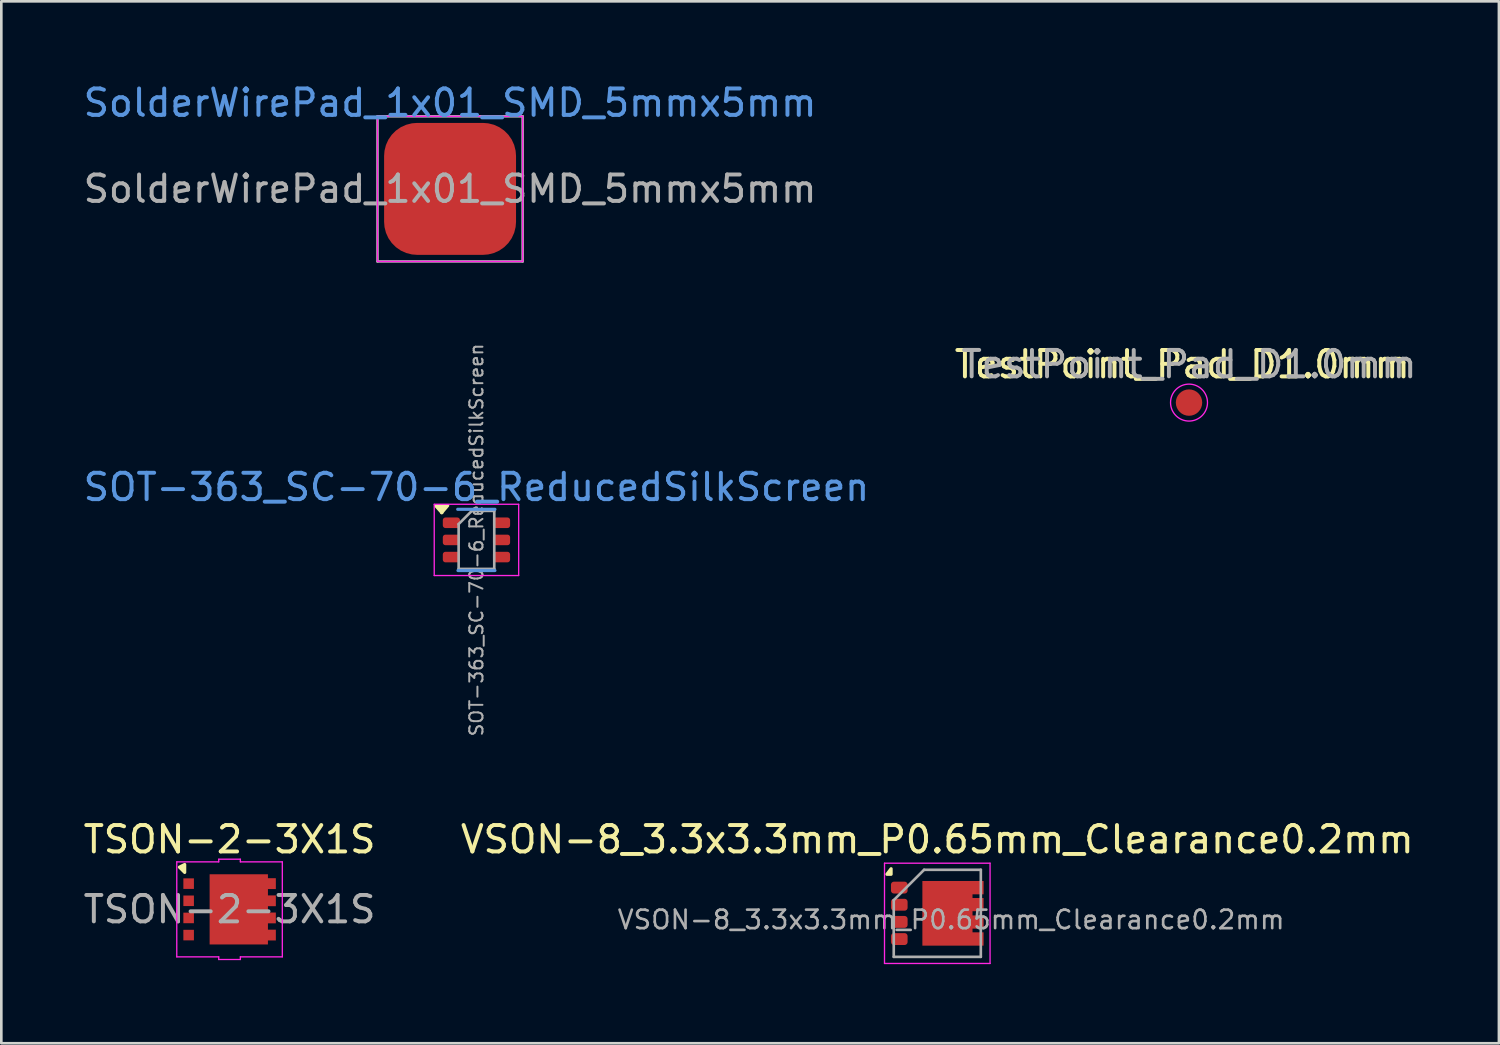
<source format=kicad_pcb>
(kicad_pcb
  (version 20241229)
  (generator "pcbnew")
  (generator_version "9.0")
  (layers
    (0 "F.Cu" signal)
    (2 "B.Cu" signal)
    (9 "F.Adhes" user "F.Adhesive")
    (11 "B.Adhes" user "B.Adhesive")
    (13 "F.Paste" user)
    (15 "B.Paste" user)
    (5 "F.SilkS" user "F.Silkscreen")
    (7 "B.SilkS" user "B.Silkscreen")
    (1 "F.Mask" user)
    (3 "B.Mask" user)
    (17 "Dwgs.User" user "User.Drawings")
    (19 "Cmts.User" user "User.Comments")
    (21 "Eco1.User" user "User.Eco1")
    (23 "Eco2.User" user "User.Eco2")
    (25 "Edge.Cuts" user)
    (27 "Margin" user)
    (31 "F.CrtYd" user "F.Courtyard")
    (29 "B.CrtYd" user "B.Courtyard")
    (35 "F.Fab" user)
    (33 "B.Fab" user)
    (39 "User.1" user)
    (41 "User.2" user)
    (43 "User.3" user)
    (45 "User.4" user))
  (footprint "TSON-2-3X1S"
    (layer "F.Cu")
    (at 5.649 31.412)
    (property "Reference" "TSON-2-3X1S" (at 0 -2.65 0) (layer "F.SilkS") (effects (font (size 1 1) (thickness 0.15))))
    (attr smd)
    (fp_poly (pts (xy -1.7 -1.4) (xy -1.9 -1.6) (xy -1.7 -1.7)) (stroke (width 0.12) (type solid)) (fill yes) (layer "F.SilkS"))
    (fp_line (start -2 -1.8) (end -2 1.8) (stroke (width 0.05) (type default)) (layer "F.CrtYd"))
    (fp_line (start -2 -1.8) (end -0.41 -1.8) (stroke (width 0.05) (type default)) (layer "F.CrtYd"))
    (fp_line (start -2 1.8) (end -0.41 1.8) (stroke (width 0.05) (type default)) (layer "F.CrtYd"))
    (fp_line (start -0.41 -1.9) (end -0.41 -1.8) (stroke (width 0.05) (type default)) (layer "F.CrtYd"))
    (fp_line (start -0.41 -1.9) (end 0.41 -1.9) (stroke (width 0.05) (type default)) (layer "F.CrtYd"))
    (fp_line (start -0.41 1.8) (end -0.41 1.9) (stroke (width 0.05) (type default)) (layer "F.CrtYd"))
    (fp_line (start -0.41 1.9) (end 0.41 1.9) (stroke (width 0.05) (type default)) (layer "F.CrtYd"))
    (fp_line (start 0.41 -1.9) (end 0.41 -1.8) (stroke (width 0.05) (type default)) (layer "F.CrtYd"))
    (fp_line (start 0.41 -1.8) (end 2 -1.8) (stroke (width 0.05) (type default)) (layer "F.CrtYd"))
    (fp_line (start 0.41 1.8) (end 0.41 1.9) (stroke (width 0.05) (type default)) (layer "F.CrtYd"))
    (fp_line (start 0.41 1.8) (end 2 1.8) (stroke (width 0.05) (type default)) (layer "F.CrtYd"))
    (fp_line (start 2 1.8) (end 2 -1.8) (stroke (width 0.05) (type default)) (layer "F.CrtYd"))
    (fp_text user "${REFERENCE}" (at 0 0 0) (layer "F.Fab") (effects (font (size 1 1) (thickness 0.15))))
    (pad "" smd rect (at -0.09 -0.62) (size 0.57 0.738) (layers "F.Paste"))
    (pad "" smd rect (at -0.09 0.6) (size 0.57 0.738) (layers "F.Paste"))
    (pad "" smd rect (at 0.86 -0.62) (size 0.57 0.738) (layers "F.Paste"))
    (pad "" smd rect (at 0.86 0.6) (size 0.57 0.738) (layers "F.Paste"))
    (pad "" smd rect (at 0.94 -0.01) (size 0.38 0.489) (layers "F.Paste"))
    (pad "" smd roundrect (at 1.44 -0.975) (size 0.63 0.4) (layers "F.Paste") (roundrect_rratio 0.25))
    (pad "" smd roundrect (at 1.44 -0.325) (size 0.63 0.4) (layers "F.Paste") (roundrect_rratio 0.25))
    (pad "" smd roundrect (at 1.44 0.325) (size 0.63 0.4) (layers "F.Paste") (roundrect_rratio 0.25))
    (pad "" smd roundrect (at 1.44 0.978) (size 0.63 0.4) (layers "F.Paste") (roundrect_rratio 0.25))
    (pad "1" smd rect (at -1.55 -0.975) (size 0.4 0.4) (layers "F.Cu" "F.Mask" "F.Paste"))
    (pad "2" smd rect (at -1.55 -0.325) (size 0.4 0.4) (layers "F.Cu" "F.Mask" "F.Paste"))
    (pad "3" smd rect (at -1.55 0.325) (size 0.4 0.4) (layers "F.Cu" "F.Mask" "F.Paste"))
    (pad "4" smd rect (at -1.55 0.975) (size 0.4 0.4) (layers "F.Cu" "F.Mask" "F.Paste"))
    (pad "5" smd custom (at 0.45 0.037) (size 0.9 0.875) (layers "F.Cu" "F.Mask") (options (anchor rect)) (primitives (gr_poly (pts (xy -1.2 -1.363) (xy 1 -1.363) (xy 1 -1.212) (xy 1.3 -1.212) (xy 1.3 -0.812) (xy 1 -0.812) (xy 1 -0.562) (xy 1.3 -0.562) (xy 1.3 -0.163) (xy 1 -0.163) (xy 1 0.087) (xy 1.3 0.087) (xy 1.3 0.487) (xy 1 0.487) (xy 1 0.738) (xy 1.3 0.738) (xy 1.3 1.137) (xy 1 1.137) (xy 1 1.288) (xy -1.2 1.288)) (width 0.01) (fill yes)))))
  (footprint "SOT-363_SC-70-6_ReducedSilkScreen"
    (layer "F.Cu")
    (at 15.006 17.411)
    (property "Reference" "SOT-363_SC-70-6_ReducedSilkScreen" (at 0 -2 0) (layer "Cmts.User") (effects (font (size 1 1) (thickness 0.15))))
    (attr smd)
    (fp_poly (pts (xy -1.31 -1.03) (xy -1.55 -1.3) (xy -1.09 -1.3) (xy -1.32 -1.03)) (stroke (width 0.12) (type solid)) (fill yes) (layer "F.SilkS"))
    (fp_line (start -0.71 -1.16) (end 0.7 -1.16) (stroke (width 0.12) (type solid)) (layer "Cmts.User"))
    (fp_line (start -0.7 1.16) (end 0.7 1.16) (stroke (width 0.12) (type solid)) (layer "Cmts.User"))
    (fp_line (start -1.6 -1.35) (end -1.6 1.35) (stroke (width 0.05) (type solid)) (layer "F.CrtYd"))
    (fp_line (start -1.6 -1.35) (end 1.6 -1.35) (stroke (width 0.05) (type solid)) (layer "F.CrtYd"))
    (fp_line (start -1.6 1.35) (end 1.6 1.35) (stroke (width 0.05) (type solid)) (layer "F.CrtYd"))
    (fp_line (start 1.6 1.35) (end 1.6 -1.35) (stroke (width 0.05) (type solid)) (layer "F.CrtYd"))
    (fp_line (start -0.675 -0.6) (end -0.675 1.1) (stroke (width 0.1) (type solid)) (layer "F.Fab"))
    (fp_line (start -0.175 -1.1) (end -0.675 -0.6) (stroke (width 0.1) (type solid)) (layer "F.Fab"))
    (fp_line (start 0.675 -1.1) (end -0.175 -1.1) (stroke (width 0.1) (type solid)) (layer "F.Fab"))
    (fp_line (start 0.675 -1.1) (end 0.675 1.1) (stroke (width 0.1) (type solid)) (layer "F.Fab"))
    (fp_line (start 0.675 1.1) (end -0.675 1.1) (stroke (width 0.1) (type solid)) (layer "F.Fab"))
    (fp_text user "${REFERENCE}" (at 0 0 270) (layer "F.Fab") (effects (font (size 0.5 0.5) (thickness 0.075))))
    (pad "1" smd roundrect (at -0.95 -0.65) (size 0.65 0.4) (layers "F.Cu" "F.Mask" "F.Paste") (roundrect_rratio 0.25))
    (pad "2" smd roundrect (at -0.95 0) (size 0.65 0.4) (layers "F.Cu" "F.Mask" "F.Paste") (roundrect_rratio 0.25))
    (pad "3" smd roundrect (at -0.95 0.65) (size 0.65 0.4) (layers "F.Cu" "F.Mask" "F.Paste") (roundrect_rratio 0.25))
    (pad "4" smd roundrect (at 0.95 0.65) (size 0.65 0.4) (layers "F.Cu" "F.Mask" "F.Paste") (roundrect_rratio 0.25))
    (pad "5" smd roundrect (at 0.95 0) (size 0.65 0.4) (layers "F.Cu" "F.Mask" "F.Paste") (roundrect_rratio 0.25))
    (pad "6" smd roundrect (at 0.95 -0.65) (size 0.65 0.4) (layers "F.Cu" "F.Mask" "F.Paste") (roundrect_rratio 0.25)))
  (footprint "VSON-8_3.3x3.3mm_P0.65mm_Clearance0.2mm"
    (layer "F.Cu")
    (at 32.47 31.562)
    (property "Reference" "VSON-8_3.3x3.3mm_P0.65mm_Clearance0.2mm" (at 0 -2.8 180) (layer "F.SilkS") (effects (font (size 1 1) (thickness 0.15))))
    (attr smd)
    (fp_poly (pts (xy -1.75 -1.48) (xy -1.91 -1.48) (xy -1.75 -1.69) (xy -1.75 -1.48)) (stroke (width 0.12) (type solid)) (fill yes) (layer "F.SilkS"))
    (fp_line (start -2 -1.9) (end -2 1.9) (stroke (width 0.05) (type solid)) (layer "F.CrtYd"))
    (fp_line (start -2 -1.9) (end 2 -1.9) (stroke (width 0.05) (type solid)) (layer "F.CrtYd"))
    (fp_line (start -2 1.9) (end 2 1.9) (stroke (width 0.05) (type solid)) (layer "F.CrtYd"))
    (fp_line (start 2 -1.9) (end 2 1.9) (stroke (width 0.05) (type solid)) (layer "F.CrtYd"))
    (fp_line (start -1.65 -0.5) (end -0.5 -1.65) (stroke (width 0.1) (type solid)) (layer "F.Fab"))
    (fp_line (start -1.65 1.65) (end -1.65 -0.5) (stroke (width 0.1) (type solid)) (layer "F.Fab"))
    (fp_line (start -0.5 -1.65) (end 1.65 -1.65) (stroke (width 0.1) (type solid)) (layer "F.Fab"))
    (fp_line (start 1.65 -1.65) (end 1.65 1.65) (stroke (width 0.1) (type solid)) (layer "F.Fab"))
    (fp_line (start 1.65 1.65) (end -1.65 1.65) (stroke (width 0.1) (type solid)) (layer "F.Fab"))
    (fp_text user "${REFERENCE}" (at 0.526 0.242 180) (layer "F.Fab") (effects (font (size 0.7 0.7) (thickness 0.1))))
    (pad "" smd rect (at -0.09 -0.61) (size 0.57 0.738) (layers "F.Paste"))
    (pad "" smd rect (at -0.09 0.61) (size 0.57 0.738) (layers "F.Paste"))
    (pad "" smd rect (at 0.86 -0.61) (size 0.57 0.738) (layers "F.Paste"))
    (pad "" smd rect (at 0.86 0.61) (size 0.57 0.738) (layers "F.Paste"))
    (pad "" smd roundrect (at 1.44 -0.973) (size 0.63 0.5) (layers "F.Paste") (roundrect_rratio 0.25))
    (pad "" smd roundrect (at 1.44 -0.33) (size 0.63 0.5) (layers "F.Paste") (roundrect_rratio 0.25))
    (pad "" smd roundrect (at 1.44 0.33) (size 0.63 0.5) (layers "F.Paste") (roundrect_rratio 0.25))
    (pad "" smd roundrect (at 1.44 0.973) (size 0.63 0.5) (layers "F.Paste") (roundrect_rratio 0.25))
    (pad "1" smd roundrect (at -1.44 -0.975) (size 0.63 0.45) (layers "F.Cu" "F.Mask" "F.Paste") (roundrect_rratio 0.25))
    (pad "2" smd roundrect (at -1.44 -0.325) (size 0.63 0.45) (layers "F.Cu" "F.Mask" "F.Paste") (roundrect_rratio 0.25))
    (pad "3" smd roundrect (at -1.44 0.325) (size 0.63 0.45) (layers "F.Cu" "F.Mask" "F.Paste") (roundrect_rratio 0.25))
    (pad "4" smd roundrect (at -1.44 0.975) (size 0.63 0.45) (layers "F.Cu" "F.Mask" "F.Paste") (roundrect_rratio 0.25))
    (pad "5" smd custom (at 0.385 0) (size 1.9 2.45) (layers "F.Cu" "F.Mask") (options (anchor rect)) (primitives (gr_poly (pts (xy 1.371 -0.72) (xy 0.95 -0.72) (xy 0.95 -0.58) (xy 1.37 -0.58) (xy 1.37 -0.08) (xy 0.95 -0.08) (xy 0.95 0.08) (xy 1.37 0.08) (xy 1.37 0.58) (xy 0.95 0.58) (xy 0.95 0.72) (xy 1.37 0.72) (xy 1.37 1.225) (xy -0.95 1.225) (xy -0.95 -1.225) (xy 1.371 -1.225)) (width 0) (fill yes)))))
  (footprint "SolderWirePad_1x01_SMD_5mmx5mm"
    (layer "F.Cu")
    (at 14.006 4.108)
    (property "Reference" "SolderWirePad_1x01_SMD_5mmx5mm" (at 0 -3.26 0) (layer "Cmts.User") (effects (font (size 1 1) (thickness 0.15))))
    (attr exclude_from_pos_files)
    (fp_line (start -2.75 -2.75) (end -2.75 2.75) (stroke (width 0.05) (type solid)) (layer "F.CrtYd"))
    (fp_line (start -2.75 2.75) (end 2.75 2.75) (stroke (width 0.05) (type solid)) (layer "F.CrtYd"))
    (fp_line (start 2.75 -2.75) (end -2.75 -2.75) (stroke (width 0.05) (type solid)) (layer "F.CrtYd"))
    (fp_line (start 2.75 2.75) (end 2.75 -2.75) (stroke (width 0.05) (type solid)) (layer "F.CrtYd"))
    (fp_line (start -2.75 -2.75) (end 2.75 -2.75) (stroke (width 0.1) (type solid)) (layer "F.Fab"))
    (fp_line (start -2.75 2.75) (end -2.75 -2.75) (stroke (width 0.1) (type solid)) (layer "F.Fab"))
    (fp_line (start 2.75 -2.75) (end 2.75 2.75) (stroke (width 0.1) (type solid)) (layer "F.Fab"))
    (fp_line (start 2.75 2.75) (end -2.75 2.75) (stroke (width 0.1) (type solid)) (layer "F.Fab"))
    (fp_text user "${REFERENCE}" (at 0 0 0) (layer "F.Fab") (effects (font (size 1 1) (thickness 0.15))))
    (pad "1" smd roundrect (at 0 0) (size 5 5) (layers "F.Cu" "F.Mask" "F.Paste") (roundrect_rratio 0.25)))
  (footprint "TestPoint_Pad_D1.0mm"
    (layer "F.Cu")
    (at 42.01 12.207)
    (property "Reference" "TestPoint_Pad_D1.0mm" (at -0.254 -1.448 0) (layer "F.SilkS") (effects (font (size 1 1) (thickness 0.15))))
    (attr exclude_from_pos_files)
    (fp_circle (center 0 0) (end 0.7 0) (stroke (width 0.05) (type solid)) (fill no) (layer "F.CrtYd"))
    (fp_text user "${REFERENCE}" (at 0 -1.45 0) (layer "F.Fab") (effects (font (size 1 1) (thickness 0.15))))
    (pad "1" smd circle (at 0 0) (size 1 1) (layers "F.Cu" "F.Mask")))
  (gr_rect
    (start -3 -3)
    (end 53.754 36.487)
    (stroke (width 0.1) (type default))
    (fill no)
    (layer "Edge.Cuts")))
</source>
